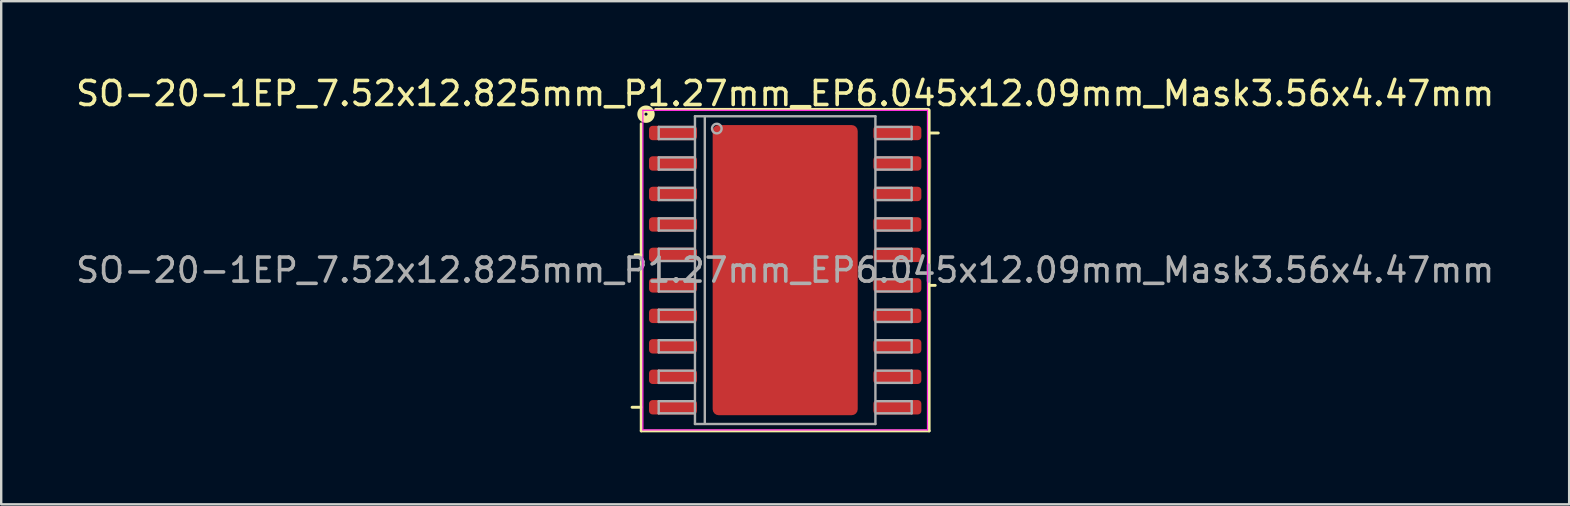
<source format=kicad_pcb>
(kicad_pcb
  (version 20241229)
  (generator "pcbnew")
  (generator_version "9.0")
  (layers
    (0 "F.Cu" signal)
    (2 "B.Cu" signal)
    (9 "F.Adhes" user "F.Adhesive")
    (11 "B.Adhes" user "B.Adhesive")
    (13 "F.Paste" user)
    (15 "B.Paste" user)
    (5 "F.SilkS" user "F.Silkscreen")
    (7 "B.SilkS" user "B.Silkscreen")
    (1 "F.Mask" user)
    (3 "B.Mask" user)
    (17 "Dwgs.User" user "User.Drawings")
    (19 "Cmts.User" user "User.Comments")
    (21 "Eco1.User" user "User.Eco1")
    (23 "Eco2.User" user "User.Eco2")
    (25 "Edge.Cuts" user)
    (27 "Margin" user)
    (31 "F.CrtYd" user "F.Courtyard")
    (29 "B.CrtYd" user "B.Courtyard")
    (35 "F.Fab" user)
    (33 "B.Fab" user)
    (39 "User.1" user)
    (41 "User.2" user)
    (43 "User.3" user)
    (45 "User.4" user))
  (footprint "SO-20-1EP_7.52x12.825mm_P1.27mm_EP6.045x12.09mm_Mask3.56x4.47mm"
    (layer "F.Cu")
    (at 29.673 8.208)
    (property "Reference" "SO-20-1EP_7.52x12.825mm_P1.27mm_EP6.045x12.09mm_Mask3.56x4.47mm" (at 0 -7.36 0) (layer "F.SilkS") (effects (font (size 1 1) (thickness 0.15))))
    (attr smd)
    (fp_line (start -6 -6.096) (end -6 6.7) (stroke (width 0.12) (type solid)) (layer "F.SilkS"))
    (fp_line (start -6 -0.635) (end -6.254 -0.635) (stroke (width 0.12) (type solid)) (layer "F.SilkS"))
    (fp_line (start -6 5.715) (end -6.381 5.715) (stroke (width 0.12) (type solid)) (layer "F.SilkS"))
    (fp_line (start -6 6.7) (end 6 6.7) (stroke (width 0.12) (type solid)) (layer "F.SilkS"))
    (fp_line (start 5.969 -6.7) (end -5.397 -6.7) (stroke (width 0.12) (type solid)) (layer "F.SilkS"))
    (fp_line (start 6 -5.715) (end 6.381 -5.715) (stroke (width 0.12) (type solid)) (layer "F.SilkS"))
    (fp_line (start 6 0.635) (end 6.254 0.635) (stroke (width 0.12) (type solid)) (layer "F.SilkS"))
    (fp_line (start 6 6.7) (end 6 -6.668) (stroke (width 0.12) (type solid)) (layer "F.SilkS"))
    (fp_circle (center -5.8 -6.5) (end -5.737 -6.5) (stroke (width 0.3) (type solid)) (fill no) (layer "F.SilkS"))
    (fp_line (start -5.93 -6.66) (end -5.93 6.66) (stroke (width 0.05) (type solid)) (layer "F.CrtYd"))
    (fp_line (start -5.93 6.66) (end 5.93 6.66) (stroke (width 0.05) (type solid)) (layer "F.CrtYd"))
    (fp_line (start 5.93 -6.66) (end -5.93 -6.66) (stroke (width 0.05) (type solid)) (layer "F.CrtYd"))
    (fp_line (start 5.93 6.66) (end 5.93 -6.66) (stroke (width 0.05) (type solid)) (layer "F.CrtYd"))
    (fp_line (start -5.271 -5.969) (end -5.271 -5.461) (stroke (width 0.1) (type solid)) (layer "F.Fab"))
    (fp_line (start -5.271 -5.969) (end -3.81 -5.969) (stroke (width 0.1) (type solid)) (layer "F.Fab"))
    (fp_line (start -5.271 -5.461) (end -3.81 -5.461) (stroke (width 0.1) (type solid)) (layer "F.Fab"))
    (fp_line (start -5.271 -4.699) (end -5.271 -4.191) (stroke (width 0.1) (type solid)) (layer "F.Fab"))
    (fp_line (start -5.271 -4.699) (end -3.81 -4.699) (stroke (width 0.1) (type solid)) (layer "F.Fab"))
    (fp_line (start -5.271 -4.191) (end -3.81 -4.191) (stroke (width 0.1) (type solid)) (layer "F.Fab"))
    (fp_line (start -5.271 -3.429) (end -5.271 -2.921) (stroke (width 0.1) (type solid)) (layer "F.Fab"))
    (fp_line (start -5.271 -3.429) (end -3.81 -3.429) (stroke (width 0.1) (type solid)) (layer "F.Fab"))
    (fp_line (start -5.271 -2.921) (end -3.81 -2.921) (stroke (width 0.1) (type solid)) (layer "F.Fab"))
    (fp_line (start -5.271 -2.159) (end -5.271 -1.651) (stroke (width 0.1) (type solid)) (layer "F.Fab"))
    (fp_line (start -5.271 -2.159) (end -3.81 -2.159) (stroke (width 0.1) (type solid)) (layer "F.Fab"))
    (fp_line (start -5.271 -1.651) (end -3.81 -1.651) (stroke (width 0.1) (type solid)) (layer "F.Fab"))
    (fp_line (start -5.271 -0.889) (end -5.271 -0.381) (stroke (width 0.1) (type solid)) (layer "F.Fab"))
    (fp_line (start -5.271 -0.889) (end -3.81 -0.889) (stroke (width 0.1) (type solid)) (layer "F.Fab"))
    (fp_line (start -5.271 -0.381) (end -3.81 -0.381) (stroke (width 0.1) (type solid)) (layer "F.Fab"))
    (fp_line (start -5.271 0.381) (end -5.271 0.889) (stroke (width 0.1) (type solid)) (layer "F.Fab"))
    (fp_line (start -5.271 0.381) (end -3.81 0.381) (stroke (width 0.1) (type solid)) (layer "F.Fab"))
    (fp_line (start -5.271 0.889) (end -3.81 0.889) (stroke (width 0.1) (type solid)) (layer "F.Fab"))
    (fp_line (start -5.271 1.651) (end -5.271 2.159) (stroke (width 0.1) (type solid)) (layer "F.Fab"))
    (fp_line (start -5.271 1.651) (end -3.81 1.651) (stroke (width 0.1) (type solid)) (layer "F.Fab"))
    (fp_line (start -5.271 2.159) (end -3.81 2.159) (stroke (width 0.1) (type solid)) (layer "F.Fab"))
    (fp_line (start -5.271 2.921) (end -5.271 3.429) (stroke (width 0.1) (type solid)) (layer "F.Fab"))
    (fp_line (start -5.271 2.921) (end -3.81 2.921) (stroke (width 0.1) (type solid)) (layer "F.Fab"))
    (fp_line (start -5.271 3.429) (end -3.81 3.429) (stroke (width 0.1) (type solid)) (layer "F.Fab"))
    (fp_line (start -5.271 4.191) (end -5.271 4.699) (stroke (width 0.1) (type solid)) (layer "F.Fab"))
    (fp_line (start -5.271 4.191) (end -3.81 4.191) (stroke (width 0.1) (type solid)) (layer "F.Fab"))
    (fp_line (start -5.271 4.699) (end -3.81 4.699) (stroke (width 0.1) (type solid)) (layer "F.Fab"))
    (fp_line (start -5.271 5.461) (end -5.271 5.969) (stroke (width 0.1) (type solid)) (layer "F.Fab"))
    (fp_line (start -5.271 5.461) (end -3.81 5.461) (stroke (width 0.1) (type solid)) (layer "F.Fab"))
    (fp_line (start -5.271 5.969) (end -3.81 5.969) (stroke (width 0.1) (type solid)) (layer "F.Fab"))
    (fp_line (start -3.76 -6.412) (end 3.76 -6.412) (stroke (width 0.1) (type solid)) (layer "F.Fab"))
    (fp_line (start -3.76 6.412) (end -3.76 -6.412) (stroke (width 0.1) (type solid)) (layer "F.Fab"))
    (fp_line (start -3.35 -6.4) (end -3.35 6.4) (stroke (width 0.1) (type solid)) (layer "F.Fab"))
    (fp_line (start 3.76 -6.412) (end 3.76 6.412) (stroke (width 0.1) (type solid)) (layer "F.Fab"))
    (fp_line (start 3.76 6.412) (end -3.76 6.412) (stroke (width 0.1) (type solid)) (layer "F.Fab"))
    (fp_line (start 5.271 -5.969) (end 3.81 -5.969) (stroke (width 0.1) (type solid)) (layer "F.Fab"))
    (fp_line (start 5.271 -5.461) (end 3.81 -5.461) (stroke (width 0.1) (type solid)) (layer "F.Fab"))
    (fp_line (start 5.271 -5.461) (end 5.271 -5.969) (stroke (width 0.1) (type solid)) (layer "F.Fab"))
    (fp_line (start 5.271 -4.699) (end 3.81 -4.699) (stroke (width 0.1) (type solid)) (layer "F.Fab"))
    (fp_line (start 5.271 -4.191) (end 3.81 -4.191) (stroke (width 0.1) (type solid)) (layer "F.Fab"))
    (fp_line (start 5.271 -4.191) (end 5.271 -4.699) (stroke (width 0.1) (type solid)) (layer "F.Fab"))
    (fp_line (start 5.271 -3.429) (end 3.81 -3.429) (stroke (width 0.1) (type solid)) (layer "F.Fab"))
    (fp_line (start 5.271 -2.921) (end 3.81 -2.921) (stroke (width 0.1) (type solid)) (layer "F.Fab"))
    (fp_line (start 5.271 -2.921) (end 5.271 -3.429) (stroke (width 0.1) (type solid)) (layer "F.Fab"))
    (fp_line (start 5.271 -2.159) (end 3.81 -2.159) (stroke (width 0.1) (type solid)) (layer "F.Fab"))
    (fp_line (start 5.271 -1.651) (end 3.81 -1.651) (stroke (width 0.1) (type solid)) (layer "F.Fab"))
    (fp_line (start 5.271 -1.651) (end 5.271 -2.159) (stroke (width 0.1) (type solid)) (layer "F.Fab"))
    (fp_line (start 5.271 -0.889) (end 3.81 -0.889) (stroke (width 0.1) (type solid)) (layer "F.Fab"))
    (fp_line (start 5.271 -0.381) (end 3.81 -0.381) (stroke (width 0.1) (type solid)) (layer "F.Fab"))
    (fp_line (start 5.271 -0.381) (end 5.271 -0.889) (stroke (width 0.1) (type solid)) (layer "F.Fab"))
    (fp_line (start 5.271 0.381) (end 3.81 0.381) (stroke (width 0.1) (type solid)) (layer "F.Fab"))
    (fp_line (start 5.271 0.889) (end 3.81 0.889) (stroke (width 0.1) (type solid)) (layer "F.Fab"))
    (fp_line (start 5.271 0.889) (end 5.271 0.381) (stroke (width 0.1) (type solid)) (layer "F.Fab"))
    (fp_line (start 5.271 1.651) (end 3.81 1.651) (stroke (width 0.1) (type solid)) (layer "F.Fab"))
    (fp_line (start 5.271 2.159) (end 3.81 2.159) (stroke (width 0.1) (type solid)) (layer "F.Fab"))
    (fp_line (start 5.271 2.159) (end 5.271 1.651) (stroke (width 0.1) (type solid)) (layer "F.Fab"))
    (fp_line (start 5.271 2.921) (end 3.81 2.921) (stroke (width 0.1) (type solid)) (layer "F.Fab"))
    (fp_line (start 5.271 3.429) (end 3.81 3.429) (stroke (width 0.1) (type solid)) (layer "F.Fab"))
    (fp_line (start 5.271 3.429) (end 5.271 2.921) (stroke (width 0.1) (type solid)) (layer "F.Fab"))
    (fp_line (start 5.271 4.191) (end 3.81 4.191) (stroke (width 0.1) (type solid)) (layer "F.Fab"))
    (fp_line (start 5.271 4.699) (end 3.81 4.699) (stroke (width 0.1) (type solid)) (layer "F.Fab"))
    (fp_line (start 5.271 4.699) (end 5.271 4.191) (stroke (width 0.1) (type solid)) (layer "F.Fab"))
    (fp_line (start 5.271 5.461) (end 3.81 5.461) (stroke (width 0.1) (type solid)) (layer "F.Fab"))
    (fp_line (start 5.271 5.969) (end 3.81 5.969) (stroke (width 0.1) (type solid)) (layer "F.Fab"))
    (fp_line (start 5.271 5.969) (end 5.271 5.461) (stroke (width 0.1) (type solid)) (layer "F.Fab"))
    (fp_circle (center -2.85 -5.9) (end -2.65 -5.9) (stroke (width 0.1) (type solid)) (fill no) (layer "F.Fab"))
    (fp_text user "${REFERENCE}" (at 0 0 0) (layer "F.Fab") (effects (font (size 1 1) (thickness 0.15))))
    (pad "" smd roundrect (at -0.88 -1.13) (size 1.54 1.94) (layers "F.Paste") (roundrect_rratio 0.162))
    (pad "" smd roundrect (at -0.88 1.1) (size 1.54 1.94) (layers "F.Paste") (roundrect_rratio 0.162))
    (pad "" smd roundrect (at 0 0) (size 3.56 4.47) (layers "F.Mask") (roundrect_rratio 0.07))
    (pad "" smd roundrect (at 0.9 -1.13) (size 1.54 1.94) (layers "F.Paste") (roundrect_rratio 0.162))
    (pad "" smd roundrect (at 0.9 1.1) (size 1.54 1.94) (layers "F.Paste") (roundrect_rratio 0.162))
    (pad "1" smd roundrect (at -4.675 -5.715) (size 2 0.6) (layers "F.Cu" "F.Mask" "F.Paste") (roundrect_rratio 0.25))
    (pad "2" smd roundrect (at -4.675 -4.445) (size 2 0.6) (layers "F.Cu" "F.Mask" "F.Paste") (roundrect_rratio 0.25))
    (pad "3" smd roundrect (at -4.675 -3.175) (size 2 0.6) (layers "F.Cu" "F.Mask" "F.Paste") (roundrect_rratio 0.25))
    (pad "4" smd roundrect (at -4.675 -1.905) (size 2 0.6) (layers "F.Cu" "F.Mask" "F.Paste") (roundrect_rratio 0.25))
    (pad "5" smd roundrect (at -4.675 -0.635) (size 2 0.6) (layers "F.Cu" "F.Mask" "F.Paste") (roundrect_rratio 0.25))
    (pad "6" smd roundrect (at -4.675 0.635) (size 2 0.6) (layers "F.Cu" "F.Mask" "F.Paste") (roundrect_rratio 0.25))
    (pad "7" smd roundrect (at -4.675 1.905) (size 2 0.6) (layers "F.Cu" "F.Mask" "F.Paste") (roundrect_rratio 0.25))
    (pad "8" smd roundrect (at -4.675 3.175) (size 2 0.6) (layers "F.Cu" "F.Mask" "F.Paste") (roundrect_rratio 0.25))
    (pad "9" smd roundrect (at -4.675 4.445) (size 2 0.6) (layers "F.Cu" "F.Mask" "F.Paste") (roundrect_rratio 0.25))
    (pad "10" smd roundrect (at -4.675 5.715) (size 2 0.6) (layers "F.Cu" "F.Mask" "F.Paste") (roundrect_rratio 0.25))
    (pad "11" smd roundrect (at 4.675 5.715) (size 2 0.6) (layers "F.Cu" "F.Mask" "F.Paste") (roundrect_rratio 0.25))
    (pad "12" smd roundrect (at 4.675 4.445) (size 2 0.6) (layers "F.Cu" "F.Mask" "F.Paste") (roundrect_rratio 0.25))
    (pad "13" smd roundrect (at 4.675 3.175) (size 2 0.6) (layers "F.Cu" "F.Mask" "F.Paste") (roundrect_rratio 0.25))
    (pad "14" smd roundrect (at 4.675 1.905) (size 2 0.6) (layers "F.Cu" "F.Mask" "F.Paste") (roundrect_rratio 0.25))
    (pad "15" smd roundrect (at 4.675 0.635) (size 2 0.6) (layers "F.Cu" "F.Mask" "F.Paste") (roundrect_rratio 0.25))
    (pad "16" smd roundrect (at 4.675 -0.635) (size 2 0.6) (layers "F.Cu" "F.Mask" "F.Paste") (roundrect_rratio 0.25))
    (pad "17" smd roundrect (at 4.675 -1.905) (size 2 0.6) (layers "F.Cu" "F.Mask" "F.Paste") (roundrect_rratio 0.25))
    (pad "18" smd roundrect (at 4.675 -3.175) (size 2 0.6) (layers "F.Cu" "F.Mask" "F.Paste") (roundrect_rratio 0.25))
    (pad "19" smd roundrect (at 4.675 -4.445) (size 2 0.6) (layers "F.Cu" "F.Mask" "F.Paste") (roundrect_rratio 0.25))
    (pad "20" smd roundrect (at 4.675 -5.715) (size 2 0.6) (layers "F.Cu" "F.Mask" "F.Paste") (roundrect_rratio 0.25))
    (pad "21" smd roundrect (at 0 0) (size 6.045 12.09) (layers "F.Cu") (roundrect_rratio 0.041)))
  (gr_rect
    (start -3 -3)
    (end 62.345 17.968)
    (stroke (width 0.1) (type default))
    (fill no)
    (layer "Edge.Cuts")))
</source>
